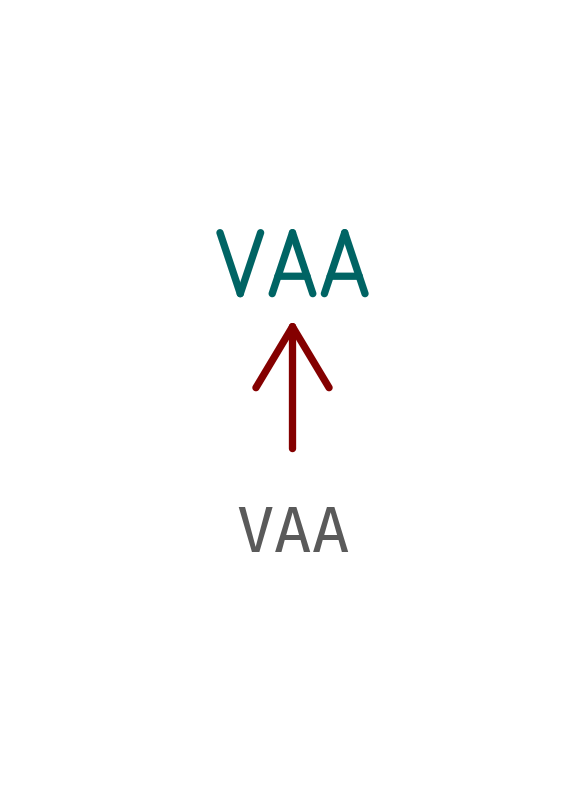
<source format=kicad_sym>
(kicad_symbol_lib
  (version 20211014)
  (generator kicad_symbol_editor)
  (symbol "power1:VAA"
    (power)
    (pin_names
      (offset 0))
    (property "Reference" "#PWR"
      (at 0 -3.81 0)
      (effects (font (size 1.27 1.27)) hide))
    (property "Value" "VAA"
      (at 0 3.81 0)
      (effects (font (size 1.27 1.27))))
    (symbol "VAA_0_1"
      (polyline (pts (xy -0.762 1.27) (xy 0 2.54)) (stroke (width 0) (type default) (color 0 0 0 0)) (fill (type none)))
      (polyline (pts (xy 0 0) (xy 0 2.54)) (stroke (width 0) (type default) (color 0 0 0 0)) (fill (type none)))
      (polyline (pts (xy 0 2.54) (xy 0.762 1.27)) (stroke (width 0) (type default) (color 0 0 0 0)) (fill (type none))))
    (symbol "VAA_1_1"
      (pin power_in line (at 0 0 90) (length 0) hide (name "VAA" (effects (font (size 1.27 1.27)))) (number "1" (effects (font (size 1.27 1.27))))))))
</source>
